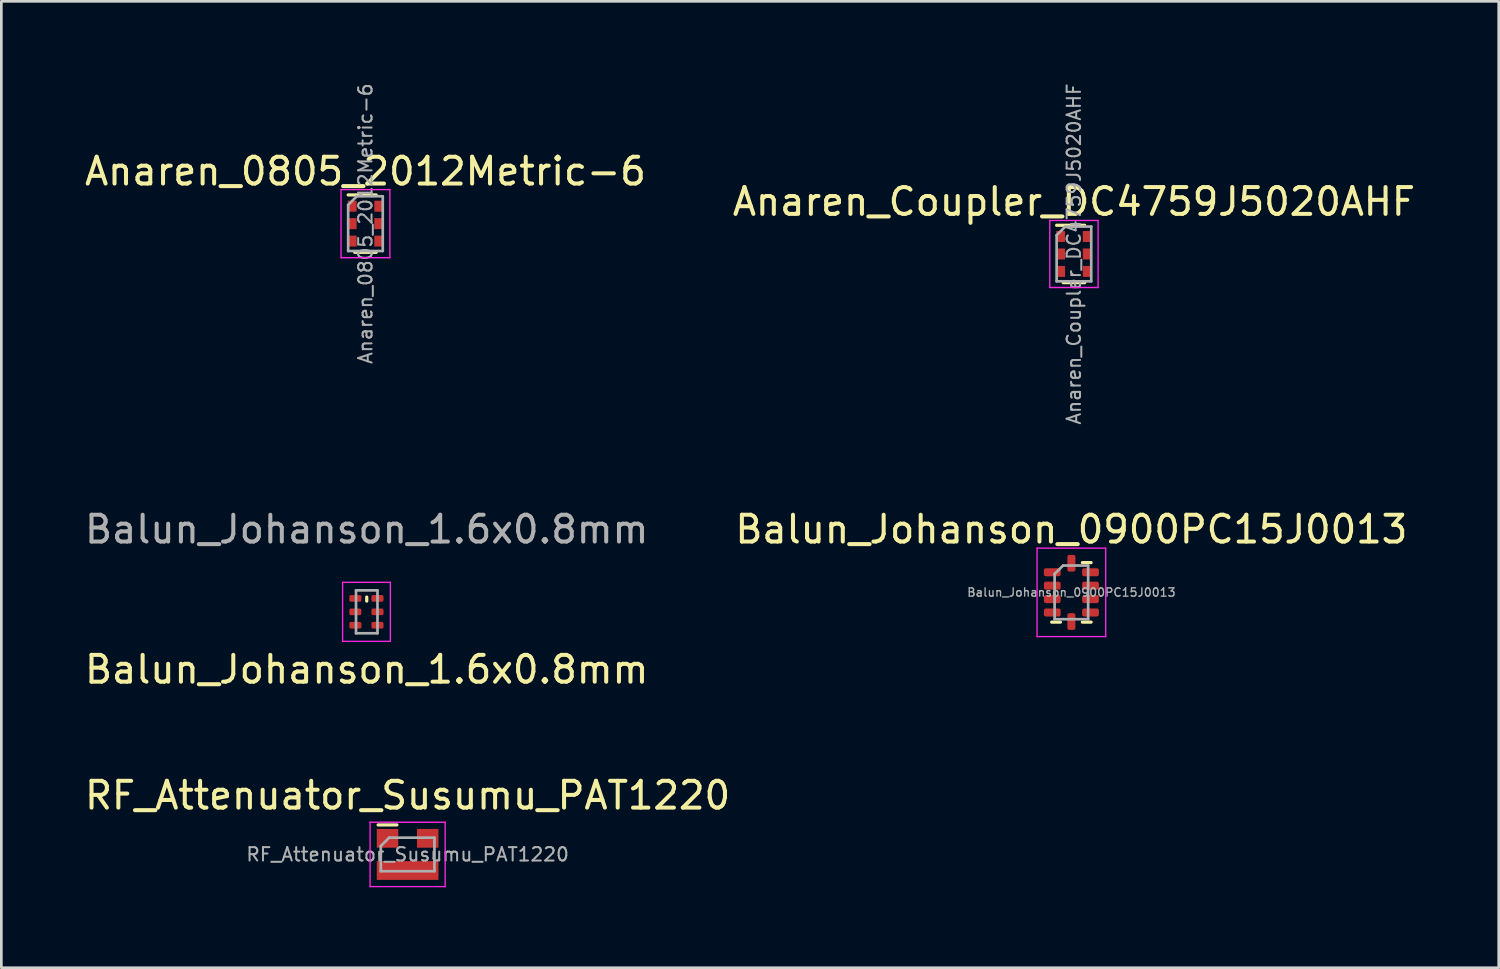
<source format=kicad_pcb>
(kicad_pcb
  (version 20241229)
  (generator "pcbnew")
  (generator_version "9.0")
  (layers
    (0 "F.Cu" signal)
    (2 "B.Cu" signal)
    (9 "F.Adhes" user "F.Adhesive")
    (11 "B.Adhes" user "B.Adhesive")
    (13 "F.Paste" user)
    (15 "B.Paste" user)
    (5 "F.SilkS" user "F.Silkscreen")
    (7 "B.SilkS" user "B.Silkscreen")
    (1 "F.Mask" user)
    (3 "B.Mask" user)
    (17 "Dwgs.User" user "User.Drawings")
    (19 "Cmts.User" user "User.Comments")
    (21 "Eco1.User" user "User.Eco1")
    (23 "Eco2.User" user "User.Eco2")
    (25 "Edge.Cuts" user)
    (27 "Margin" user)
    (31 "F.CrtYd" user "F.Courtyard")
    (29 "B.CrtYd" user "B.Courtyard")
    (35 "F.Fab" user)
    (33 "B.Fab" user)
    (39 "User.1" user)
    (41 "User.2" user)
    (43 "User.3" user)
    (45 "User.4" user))
  (footprint "RF_Attenuator_Susumu_PAT1220"
    (layer "F.Cu")
    (at 12.149 28.809)
    (property "Reference" "RF_Attenuator_Susumu_PAT1220" (at 0 -2.2 0) (layer "F.SilkS") (effects (font (size 1 1) (thickness 0.15))))
    (attr smd)
    (fp_line (start -1.1 -1.1) (end -0.4 -1.1) (stroke (width 0.12) (type solid)) (layer "F.SilkS"))
    (fp_line (start -1.4 -1.2) (end 1.4 -1.2) (stroke (width 0.05) (type solid)) (layer "F.CrtYd"))
    (fp_line (start -1.4 1.2) (end -1.4 -1.2) (stroke (width 0.05) (type solid)) (layer "F.CrtYd"))
    (fp_line (start 1.4 -1.2) (end 1.4 1.2) (stroke (width 0.05) (type solid)) (layer "F.CrtYd"))
    (fp_line (start 1.4 1.2) (end -1.4 1.2) (stroke (width 0.05) (type solid)) (layer "F.CrtYd"))
    (fp_line (start -1 -0.312) (end -0.688 -0.625) (stroke (width 0.1) (type solid)) (layer "F.Fab"))
    (fp_line (start -1 0.625) (end -1 -0.312) (stroke (width 0.1) (type solid)) (layer "F.Fab"))
    (fp_line (start -0.688 -0.625) (end 1 -0.625) (stroke (width 0.1) (type solid)) (layer "F.Fab"))
    (fp_line (start 1 -0.625) (end 1 0.625) (stroke (width 0.1) (type solid)) (layer "F.Fab"))
    (fp_line (start 1 0.625) (end -1 0.625) (stroke (width 0.1) (type solid)) (layer "F.Fab"))
    (fp_text user "${REFERENCE}" (at 0 0 0) (layer "F.Fab") (effects (font (size 0.5 0.5) (thickness 0.075))))
    (pad "1" smd rect (at -0.75 -0.6) (size 0.8 0.7) (layers "F.Cu" "F.Mask" "F.Paste"))
    (pad "2" smd rect (at 0.75 -0.6) (size 0.8 0.7) (layers "F.Cu" "F.Mask" "F.Paste"))
    (pad "3" smd rect (at 0 0.6) (size 2.3 0.7) (layers "F.Cu" "F.Mask" "F.Paste")))
  (footprint "Anaren_Coupler_DC4759J5020AHF"
    (layer "F.Cu")
    (at 36.994 6.42)
    (property "Reference" "Anaren_Coupler_DC4759J5020AHF" (at 0 -1.95 0) (layer "F.SilkS") (effects (font (size 1 1) (thickness 0.15))))
    (attr smd)
    (fp_line (start -0.4 1.07) (end 0.4 1.07) (stroke (width 0.12) (type solid)) (layer "F.SilkS"))
    (fp_line (start 0.4 -1.07) (end -0.645 -1.07) (stroke (width 0.12) (type solid)) (layer "F.SilkS"))
    (fp_line (start -0.9 -1.25) (end 0.9 -1.25) (stroke (width 0.05) (type solid)) (layer "F.CrtYd"))
    (fp_line (start -0.9 1.25) (end -0.9 -1.25) (stroke (width 0.05) (type solid)) (layer "F.CrtYd"))
    (fp_line (start 0.9 -1.25) (end 0.9 1.25) (stroke (width 0.05) (type solid)) (layer "F.CrtYd"))
    (fp_line (start 0.9 1.25) (end -0.9 1.25) (stroke (width 0.05) (type solid)) (layer "F.CrtYd"))
    (fp_line (start -0.645 -0.698) (end -0.645 1.02) (stroke (width 0.1) (type solid)) (layer "F.Fab"))
    (fp_line (start -0.645 -0.698) (end -0.323 -1.02) (stroke (width 0.1) (type solid)) (layer "F.Fab"))
    (fp_line (start -0.645 1.02) (end 0.645 1.02) (stroke (width 0.1) (type solid)) (layer "F.Fab"))
    (fp_line (start 0.645 -1.02) (end -0.323 -1.02) (stroke (width 0.1) (type solid)) (layer "F.Fab"))
    (fp_line (start 0.645 1.02) (end 0.645 -1.02) (stroke (width 0.1) (type solid)) (layer "F.Fab"))
    (fp_text user "${REFERENCE}" (at 0 0 90) (layer "F.Fab") (effects (font (size 0.5 0.5) (thickness 0.075))))
    (pad "1" smd rect (at -0.495 -0.65 270) (size 0.41 0.33) (layers "F.Cu" "F.Mask" "F.Paste"))
    (pad "2" smd rect (at -0.495 0 270) (size 0.41 0.33) (layers "F.Cu" "F.Mask" "F.Paste"))
    (pad "3" smd rect (at -0.495 0.65 270) (size 0.41 0.33) (layers "F.Cu" "F.Mask" "F.Paste"))
    (pad "4" smd rect (at 0.495 0.65 270) (size 0.41 0.33) (layers "F.Cu" "F.Mask" "F.Paste"))
    (pad "5" smd rect (at 0.495 0 270) (size 0.41 0.33) (layers "F.Cu" "F.Mask" "F.Paste"))
    (pad "6" smd rect (at 0.495 -0.65 270) (size 0.41 0.33) (layers "F.Cu" "F.Mask" "F.Paste")))
  (footprint "Anaren_0805_2012Metric-6"
    (layer "F.Cu")
    (at 10.577 5.289)
    (property "Reference" "Anaren_0805_2012Metric-6" (at 0 -1.95 0) (layer "F.SilkS") (effects (font (size 1 1) (thickness 0.15))))
    (attr smd)
    (fp_line (start -0.4 1.07) (end 0.4 1.07) (stroke (width 0.12) (type solid)) (layer "F.SilkS"))
    (fp_line (start 0.4 -1.07) (end -0.645 -1.07) (stroke (width 0.12) (type solid)) (layer "F.SilkS"))
    (fp_line (start -0.91 -1.27) (end 0.91 -1.27) (stroke (width 0.05) (type solid)) (layer "F.CrtYd"))
    (fp_line (start -0.91 1.27) (end -0.91 -1.27) (stroke (width 0.05) (type solid)) (layer "F.CrtYd"))
    (fp_line (start 0.91 -1.27) (end 0.91 1.27) (stroke (width 0.05) (type solid)) (layer "F.CrtYd"))
    (fp_line (start 0.91 1.27) (end -0.91 1.27) (stroke (width 0.05) (type solid)) (layer "F.CrtYd"))
    (fp_line (start -0.645 -0.698) (end -0.645 1.02) (stroke (width 0.1) (type solid)) (layer "F.Fab"))
    (fp_line (start -0.645 -0.698) (end -0.323 -1.02) (stroke (width 0.1) (type solid)) (layer "F.Fab"))
    (fp_line (start -0.645 1.02) (end 0.645 1.02) (stroke (width 0.1) (type solid)) (layer "F.Fab"))
    (fp_line (start 0.645 -1.02) (end -0.323 -1.02) (stroke (width 0.1) (type solid)) (layer "F.Fab"))
    (fp_line (start 0.645 1.02) (end 0.645 -1.02) (stroke (width 0.1) (type solid)) (layer "F.Fab"))
    (fp_text user "${REFERENCE}" (at 0 0 90) (layer "F.Fab") (effects (font (size 0.5 0.5) (thickness 0.075))))
    (pad "1" smd rect (at -0.495 -0.65 270) (size 0.41 0.33) (layers "F.Cu" "F.Mask" "F.Paste"))
    (pad "2" smd rect (at -0.495 0 270) (size 0.41 0.33) (layers "F.Cu" "F.Mask" "F.Paste"))
    (pad "3" smd rect (at -0.495 0.65 270) (size 0.41 0.33) (layers "F.Cu" "F.Mask" "F.Paste"))
    (pad "4" smd rect (at 0.495 0.65 270) (size 0.41 0.33) (layers "F.Cu" "F.Mask" "F.Paste"))
    (pad "5" smd rect (at 0.495 0 270) (size 0.41 0.33) (layers "F.Cu" "F.Mask" "F.Paste"))
    (pad "6" smd rect (at 0.495 -0.65 270) (size 0.41 0.33) (layers "F.Cu" "F.Mask" "F.Paste")))
  (footprint "Balun_Johanson_0900PC15J0013"
    (layer "F.Cu")
    (at 36.899 19.038)
    (property "Reference" "Balun_Johanson_0900PC15J0013" (at 0 -2.35 0) (layer "F.SilkS") (effects (font (size 1 1) (thickness 0.15))))
    (attr smd)
    (fp_line (start -0.41 1.11) (end -0.735 1.11) (stroke (width 0.12) (type solid)) (layer "F.SilkS"))
    (fp_line (start 0.41 -1.11) (end 0.735 -1.11) (stroke (width 0.12) (type solid)) (layer "F.SilkS"))
    (fp_line (start 0.41 1.11) (end 0.735 1.11) (stroke (width 0.12) (type solid)) (layer "F.SilkS"))
    (fp_line (start -1.28 -1.65) (end -1.28 1.65) (stroke (width 0.05) (type solid)) (layer "F.CrtYd"))
    (fp_line (start -1.28 1.65) (end 1.28 1.65) (stroke (width 0.05) (type solid)) (layer "F.CrtYd"))
    (fp_line (start 1.28 -1.65) (end -1.28 -1.65) (stroke (width 0.05) (type solid)) (layer "F.CrtYd"))
    (fp_line (start 1.28 1.65) (end 1.28 -1.65) (stroke (width 0.05) (type solid)) (layer "F.CrtYd"))
    (fp_line (start -0.625 -0.688) (end -0.312 -1) (stroke (width 0.1) (type solid)) (layer "F.Fab"))
    (fp_line (start -0.625 1) (end -0.625 -0.688) (stroke (width 0.1) (type solid)) (layer "F.Fab"))
    (fp_line (start -0.312 -1) (end 0.625 -1) (stroke (width 0.1) (type solid)) (layer "F.Fab"))
    (fp_line (start 0.625 -1) (end 0.625 1) (stroke (width 0.1) (type solid)) (layer "F.Fab"))
    (fp_line (start 0.625 1) (end -0.625 1) (stroke (width 0.1) (type solid)) (layer "F.Fab"))
    (fp_text user "${REFERENCE}" (at 0 0 0) (layer "F.Fab") (effects (font (size 0.31 0.31) (thickness 0.05))))
    (pad "1" smd roundrect (at -0.713 -0.75) (size 0.625 0.3) (layers "F.Cu" "F.Mask" "F.Paste") (roundrect_rratio 0.25))
    (pad "2" smd roundrect (at -0.713 -0.25) (size 0.625 0.3) (layers "F.Cu" "F.Mask" "F.Paste") (roundrect_rratio 0.25))
    (pad "3" smd roundrect (at -0.713 0.25) (size 0.625 0.3) (layers "F.Cu" "F.Mask" "F.Paste") (roundrect_rratio 0.25))
    (pad "4" smd roundrect (at -0.713 0.75) (size 0.625 0.3) (layers "F.Cu" "F.Mask" "F.Paste") (roundrect_rratio 0.25))
    (pad "5" smd roundrect (at 0 1.087) (size 0.3 0.625) (layers "F.Cu" "F.Mask" "F.Paste") (roundrect_rratio 0.25))
    (pad "6" smd roundrect (at 0.713 0.75) (size 0.625 0.3) (layers "F.Cu" "F.Mask" "F.Paste") (roundrect_rratio 0.25))
    (pad "7" smd roundrect (at 0.713 0.25) (size 0.625 0.3) (layers "F.Cu" "F.Mask" "F.Paste") (roundrect_rratio 0.25))
    (pad "8" smd roundrect (at 0.713 -0.25) (size 0.625 0.3) (layers "F.Cu" "F.Mask" "F.Paste") (roundrect_rratio 0.25))
    (pad "9" smd roundrect (at 0.713 -0.75) (size 0.625 0.3) (layers "F.Cu" "F.Mask" "F.Paste") (roundrect_rratio 0.25))
    (pad "10" smd roundrect (at 0 -1.087) (size 0.3 0.625) (layers "F.Cu" "F.Mask" "F.Paste") (roundrect_rratio 0.25)))
  (footprint "Balun_Johanson_1.6x0.8mm"
    (layer "F.Cu")
    (at 10.615 19.763)
    (property "Reference" "Balun_Johanson_1.6x0.8mm" (at 0.01 2.15 0) (layer "F.SilkS") (effects (font (size 1 1) (thickness 0.15))))
    (attr smd)
    (fp_line (start 0.01 -0.55) (end 0.01 -0.4) (stroke (width 0.12) (type solid)) (layer "F.SilkS"))
    (fp_line (start -0.89 -1.1) (end 0.89 -1.1) (stroke (width 0.05) (type solid)) (layer "F.CrtYd"))
    (fp_line (start -0.89 0.5) (end -0.89 -1.1) (stroke (width 0.05) (type solid)) (layer "F.CrtYd"))
    (fp_line (start -0.89 1.1) (end -0.89 0.5) (stroke (width 0.05) (type solid)) (layer "F.CrtYd"))
    (fp_line (start 0.89 -1.1) (end 0.89 1.1) (stroke (width 0.05) (type solid)) (layer "F.CrtYd"))
    (fp_line (start 0.89 1.1) (end -0.89 1.1) (stroke (width 0.05) (type solid)) (layer "F.CrtYd"))
    (fp_line (start -0.39 -0.8) (end -0.39 0.8) (stroke (width 0.1) (type solid)) (layer "F.Fab"))
    (fp_line (start -0.39 0.8) (end 0.41 0.8) (stroke (width 0.1) (type solid)) (layer "F.Fab"))
    (fp_line (start 0.41 -0.8) (end -0.39 -0.8) (stroke (width 0.1) (type solid)) (layer "F.Fab"))
    (fp_line (start 0.41 0.8) (end 0.41 -0.8) (stroke (width 0.1) (type solid)) (layer "F.Fab"))
    (fp_text user "${REFERENCE}" (at 0.01 -3.075 0) (layer "F.Fab") (effects (font (size 1 1) (thickness 0.15))))
    (pad "1" smd roundrect (at -0.415 -0.5 180) (size 0.45 0.25) (layers "F.Cu" "F.Mask" "F.Paste") (roundrect_rratio 0.25))
    (pad "2" smd roundrect (at -0.415 0) (size 0.45 0.25) (layers "F.Cu" "F.Mask" "F.Paste") (roundrect_rratio 0.25))
    (pad "3" smd roundrect (at -0.415 0.5) (size 0.45 0.25) (layers "F.Cu" "F.Mask" "F.Paste") (roundrect_rratio 0.25))
    (pad "4" smd roundrect (at 0.41 0.5) (size 0.45 0.25) (layers "F.Cu" "F.Mask" "F.Paste") (roundrect_rratio 0.25))
    (pad "5" smd roundrect (at 0.41 0) (size 0.45 0.25) (layers "F.Cu" "F.Mask" "F.Paste") (roundrect_rratio 0.25))
    (pad "6" smd roundrect (at 0.41 -0.5) (size 0.45 0.25) (layers "F.Cu" "F.Mask" "F.Paste") (roundrect_rratio 0.25)))
  (gr_rect
    (start -3 -3)
    (end 52.833 33.034)
    (stroke (width 0.1) (type default))
    (fill no)
    (layer "Edge.Cuts")))
</source>
